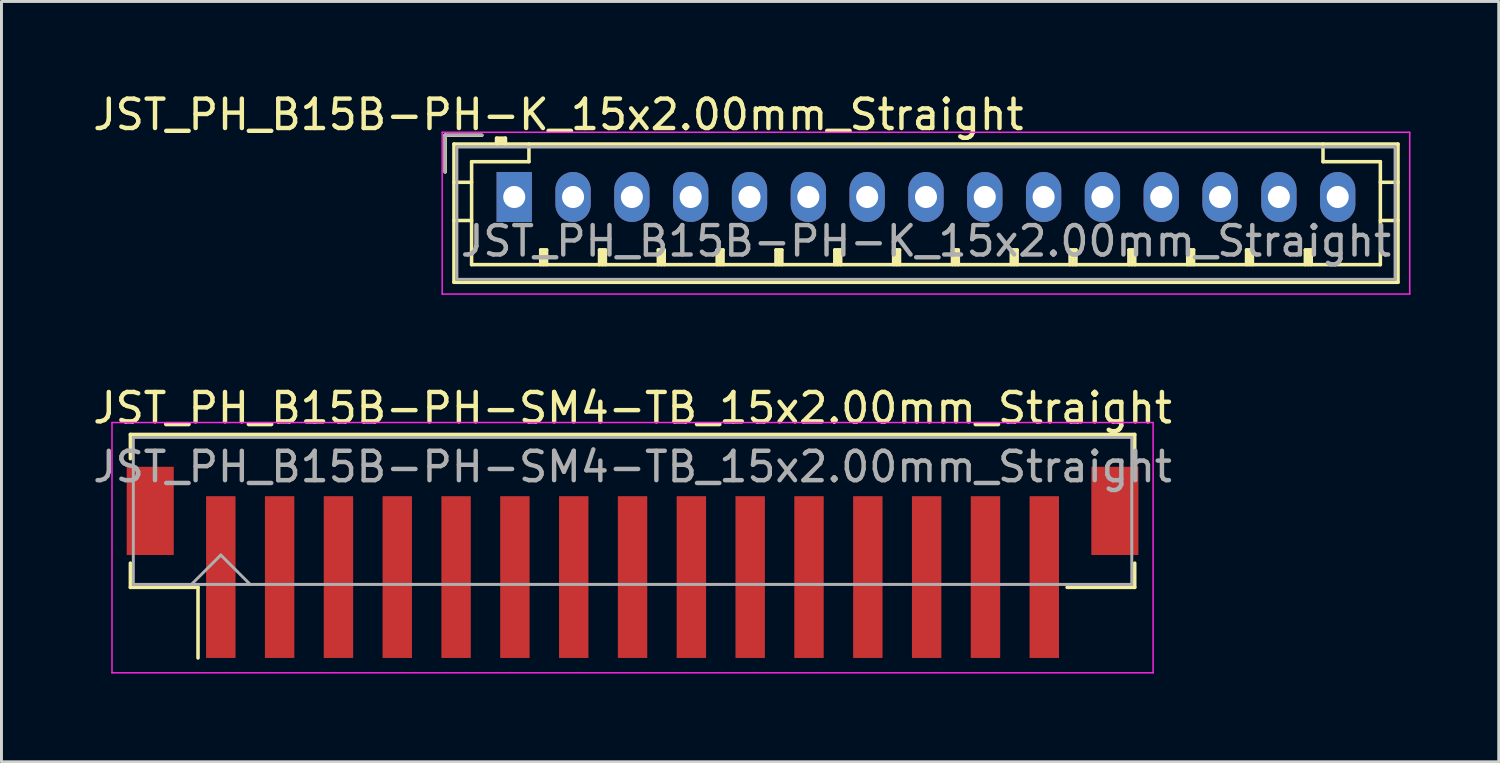
<source format=kicad_pcb>
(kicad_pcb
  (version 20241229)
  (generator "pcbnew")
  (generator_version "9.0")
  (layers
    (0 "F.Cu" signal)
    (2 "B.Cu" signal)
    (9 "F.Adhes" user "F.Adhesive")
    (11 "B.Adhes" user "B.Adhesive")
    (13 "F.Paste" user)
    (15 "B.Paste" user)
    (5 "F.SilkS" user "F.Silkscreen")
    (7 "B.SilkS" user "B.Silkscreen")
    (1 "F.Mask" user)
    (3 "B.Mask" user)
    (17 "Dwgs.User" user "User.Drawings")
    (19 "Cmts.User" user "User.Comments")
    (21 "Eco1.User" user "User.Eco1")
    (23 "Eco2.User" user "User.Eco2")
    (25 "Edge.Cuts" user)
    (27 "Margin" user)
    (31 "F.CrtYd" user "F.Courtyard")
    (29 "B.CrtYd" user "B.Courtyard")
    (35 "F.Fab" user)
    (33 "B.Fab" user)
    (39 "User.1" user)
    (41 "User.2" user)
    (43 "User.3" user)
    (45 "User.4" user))
  (footprint "JST_PH_B15B-PH-SM4-TB_15x2.00mm_Straight"
    (layer "F.Cu")
    (at 18.458 15.447)
    (property "Reference" "JST_PH_B15B-PH-SM4-TB_15x2.00mm_Straight" (at 0 -4.625 0) (layer "F.SilkS") (effects (font (size 1 1) (thickness 0.15))))
    (attr smd)
    (fp_line (start -17.075 -3.725) (end 17.075 -3.725) (stroke (width 0.12) (type solid)) (layer "F.SilkS"))
    (fp_line (start -17.075 -2.9) (end -17.075 -3.725) (stroke (width 0.12) (type solid)) (layer "F.SilkS"))
    (fp_line (start -17.075 0.65) (end -17.075 1.475) (stroke (width 0.12) (type solid)) (layer "F.SilkS"))
    (fp_line (start -17.075 1.475) (end -14.775 1.475) (stroke (width 0.12) (type solid)) (layer "F.SilkS"))
    (fp_line (start -14.775 1.475) (end -14.775 3.875) (stroke (width 0.12) (type solid)) (layer "F.SilkS"))
    (fp_line (start 17.075 -3.725) (end 17.075 -2.9) (stroke (width 0.12) (type solid)) (layer "F.SilkS"))
    (fp_line (start 17.075 0.65) (end 17.075 1.475) (stroke (width 0.12) (type solid)) (layer "F.SilkS"))
    (fp_line (start 17.075 1.475) (end 14.775 1.475) (stroke (width 0.12) (type solid)) (layer "F.SilkS"))
    (fp_line (start -17.7 -4.13) (end -17.7 4.38) (stroke (width 0.05) (type solid)) (layer "F.CrtYd"))
    (fp_line (start -17.7 4.38) (end 17.7 4.38) (stroke (width 0.05) (type solid)) (layer "F.CrtYd"))
    (fp_line (start 17.7 -4.13) (end -17.7 -4.13) (stroke (width 0.05) (type solid)) (layer "F.CrtYd"))
    (fp_line (start 17.7 4.38) (end 17.7 -4.13) (stroke (width 0.05) (type solid)) (layer "F.CrtYd"))
    (fp_line (start -16.975 -3.625) (end -16.975 1.375) (stroke (width 0.1) (type solid)) (layer "F.Fab"))
    (fp_line (start -16.975 1.375) (end 16.975 1.375) (stroke (width 0.1) (type solid)) (layer "F.Fab"))
    (fp_line (start -15 1.375) (end -14 0.375) (stroke (width 0.1) (type solid)) (layer "F.Fab"))
    (fp_line (start -14 0.375) (end -13 1.375) (stroke (width 0.1) (type solid)) (layer "F.Fab"))
    (fp_line (start 16.975 -3.625) (end -16.975 -3.625) (stroke (width 0.1) (type solid)) (layer "F.Fab"))
    (fp_line (start 16.975 1.375) (end 16.975 -3.625) (stroke (width 0.1) (type solid)) (layer "F.Fab"))
    (fp_text user "${REFERENCE}" (at 0 -2.625 0) (layer "F.Fab") (effects (font (size 1 1) (thickness 0.15))))
    (pad "" smd rect (at -16.4 -1.125) (size 1.6 3) (layers "F.Cu" "F.Mask" "F.Paste"))
    (pad "" smd rect (at 16.4 -1.125) (size 1.6 3) (layers "F.Cu" "F.Mask" "F.Paste"))
    (pad "1" smd rect (at -14 1.125) (size 1 5.5) (layers "F.Cu" "F.Mask" "F.Paste"))
    (pad "2" smd rect (at -12 1.125) (size 1 5.5) (layers "F.Cu" "F.Mask" "F.Paste"))
    (pad "3" smd rect (at -10 1.125) (size 1 5.5) (layers "F.Cu" "F.Mask" "F.Paste"))
    (pad "4" smd rect (at -8 1.125) (size 1 5.5) (layers "F.Cu" "F.Mask" "F.Paste"))
    (pad "5" smd rect (at -6 1.125) (size 1 5.5) (layers "F.Cu" "F.Mask" "F.Paste"))
    (pad "6" smd rect (at -4 1.125) (size 1 5.5) (layers "F.Cu" "F.Mask" "F.Paste"))
    (pad "7" smd rect (at -2 1.125) (size 1 5.5) (layers "F.Cu" "F.Mask" "F.Paste"))
    (pad "8" smd rect (at 0 1.125) (size 1 5.5) (layers "F.Cu" "F.Mask" "F.Paste"))
    (pad "9" smd rect (at 2 1.125) (size 1 5.5) (layers "F.Cu" "F.Mask" "F.Paste"))
    (pad "10" smd rect (at 4 1.125) (size 1 5.5) (layers "F.Cu" "F.Mask" "F.Paste"))
    (pad "11" smd rect (at 6 1.125) (size 1 5.5) (layers "F.Cu" "F.Mask" "F.Paste"))
    (pad "12" smd rect (at 8 1.125) (size 1 5.5) (layers "F.Cu" "F.Mask" "F.Paste"))
    (pad "13" smd rect (at 10 1.125) (size 1 5.5) (layers "F.Cu" "F.Mask" "F.Paste"))
    (pad "14" smd rect (at 12 1.125) (size 1 5.5) (layers "F.Cu" "F.Mask" "F.Paste"))
    (pad "15" smd rect (at 14 1.125) (size 1 5.5) (layers "F.Cu" "F.Mask" "F.Paste")))
  (footprint "JST_PH_B15B-PH-K_15x2.00mm_Straight"
    (layer "F.Cu")
    (at 14.435 3.648)
    (property "Reference" "JST_PH_B15B-PH-K_15x2.00mm_Straight" (at 1.5 -2.8 0) (layer "F.SilkS") (effects (font (size 1 1) (thickness 0.15))))
    (attr through_hole)
    (fp_line (start -2.35 -2.1) (end -2.35 -0.85) (stroke (width 0.12) (type solid)) (layer "F.SilkS"))
    (fp_line (start -2.05 -1.8) (end -2.05 2.9) (stroke (width 0.12) (type solid)) (layer "F.SilkS"))
    (fp_line (start -2.05 -0.5) (end -1.45 -0.5) (stroke (width 0.12) (type solid)) (layer "F.SilkS"))
    (fp_line (start -2.05 0.8) (end -1.45 0.8) (stroke (width 0.12) (type solid)) (layer "F.SilkS"))
    (fp_line (start -2.05 2.9) (end 30.05 2.9) (stroke (width 0.12) (type solid)) (layer "F.SilkS"))
    (fp_line (start -1.45 -1.2) (end -1.45 2.3) (stroke (width 0.12) (type solid)) (layer "F.SilkS"))
    (fp_line (start -1.45 2.3) (end 29.45 2.3) (stroke (width 0.12) (type solid)) (layer "F.SilkS"))
    (fp_line (start -1.1 -2.1) (end -2.35 -2.1) (stroke (width 0.12) (type solid)) (layer "F.SilkS"))
    (fp_line (start -0.6 -2) (end -0.6 -1.8) (stroke (width 0.12) (type solid)) (layer "F.SilkS"))
    (fp_line (start -0.3 -2) (end -0.6 -2) (stroke (width 0.12) (type solid)) (layer "F.SilkS"))
    (fp_line (start -0.3 -1.9) (end -0.6 -1.9) (stroke (width 0.12) (type solid)) (layer "F.SilkS"))
    (fp_line (start -0.3 -1.8) (end -0.3 -2) (stroke (width 0.12) (type solid)) (layer "F.SilkS"))
    (fp_line (start 0.5 -1.8) (end 0.5 -1.2) (stroke (width 0.12) (type solid)) (layer "F.SilkS"))
    (fp_line (start 0.5 -1.2) (end -1.45 -1.2) (stroke (width 0.12) (type solid)) (layer "F.SilkS"))
    (fp_line (start 0.9 1.8) (end 1.1 1.8) (stroke (width 0.12) (type solid)) (layer "F.SilkS"))
    (fp_line (start 0.9 2.3) (end 0.9 1.8) (stroke (width 0.12) (type solid)) (layer "F.SilkS"))
    (fp_line (start 1 2.3) (end 1 1.8) (stroke (width 0.12) (type solid)) (layer "F.SilkS"))
    (fp_line (start 1.1 1.8) (end 1.1 2.3) (stroke (width 0.12) (type solid)) (layer "F.SilkS"))
    (fp_line (start 2.9 1.8) (end 3.1 1.8) (stroke (width 0.12) (type solid)) (layer "F.SilkS"))
    (fp_line (start 2.9 2.3) (end 2.9 1.8) (stroke (width 0.12) (type solid)) (layer "F.SilkS"))
    (fp_line (start 3 2.3) (end 3 1.8) (stroke (width 0.12) (type solid)) (layer "F.SilkS"))
    (fp_line (start 3.1 1.8) (end 3.1 2.3) (stroke (width 0.12) (type solid)) (layer "F.SilkS"))
    (fp_line (start 4.9 1.8) (end 5.1 1.8) (stroke (width 0.12) (type solid)) (layer "F.SilkS"))
    (fp_line (start 4.9 2.3) (end 4.9 1.8) (stroke (width 0.12) (type solid)) (layer "F.SilkS"))
    (fp_line (start 5 2.3) (end 5 1.8) (stroke (width 0.12) (type solid)) (layer "F.SilkS"))
    (fp_line (start 5.1 1.8) (end 5.1 2.3) (stroke (width 0.12) (type solid)) (layer "F.SilkS"))
    (fp_line (start 6.9 1.8) (end 7.1 1.8) (stroke (width 0.12) (type solid)) (layer "F.SilkS"))
    (fp_line (start 6.9 2.3) (end 6.9 1.8) (stroke (width 0.12) (type solid)) (layer "F.SilkS"))
    (fp_line (start 7 2.3) (end 7 1.8) (stroke (width 0.12) (type solid)) (layer "F.SilkS"))
    (fp_line (start 7.1 1.8) (end 7.1 2.3) (stroke (width 0.12) (type solid)) (layer "F.SilkS"))
    (fp_line (start 8.9 1.8) (end 9.1 1.8) (stroke (width 0.12) (type solid)) (layer "F.SilkS"))
    (fp_line (start 8.9 2.3) (end 8.9 1.8) (stroke (width 0.12) (type solid)) (layer "F.SilkS"))
    (fp_line (start 9 2.3) (end 9 1.8) (stroke (width 0.12) (type solid)) (layer "F.SilkS"))
    (fp_line (start 9.1 1.8) (end 9.1 2.3) (stroke (width 0.12) (type solid)) (layer "F.SilkS"))
    (fp_line (start 10.9 1.8) (end 11.1 1.8) (stroke (width 0.12) (type solid)) (layer "F.SilkS"))
    (fp_line (start 10.9 2.3) (end 10.9 1.8) (stroke (width 0.12) (type solid)) (layer "F.SilkS"))
    (fp_line (start 11 2.3) (end 11 1.8) (stroke (width 0.12) (type solid)) (layer "F.SilkS"))
    (fp_line (start 11.1 1.8) (end 11.1 2.3) (stroke (width 0.12) (type solid)) (layer "F.SilkS"))
    (fp_line (start 12.9 1.8) (end 13.1 1.8) (stroke (width 0.12) (type solid)) (layer "F.SilkS"))
    (fp_line (start 12.9 2.3) (end 12.9 1.8) (stroke (width 0.12) (type solid)) (layer "F.SilkS"))
    (fp_line (start 13 2.3) (end 13 1.8) (stroke (width 0.12) (type solid)) (layer "F.SilkS"))
    (fp_line (start 13.1 1.8) (end 13.1 2.3) (stroke (width 0.12) (type solid)) (layer "F.SilkS"))
    (fp_line (start 14.9 1.8) (end 15.1 1.8) (stroke (width 0.12) (type solid)) (layer "F.SilkS"))
    (fp_line (start 14.9 2.3) (end 14.9 1.8) (stroke (width 0.12) (type solid)) (layer "F.SilkS"))
    (fp_line (start 15 2.3) (end 15 1.8) (stroke (width 0.12) (type solid)) (layer "F.SilkS"))
    (fp_line (start 15.1 1.8) (end 15.1 2.3) (stroke (width 0.12) (type solid)) (layer "F.SilkS"))
    (fp_line (start 16.9 1.8) (end 17.1 1.8) (stroke (width 0.12) (type solid)) (layer "F.SilkS"))
    (fp_line (start 16.9 2.3) (end 16.9 1.8) (stroke (width 0.12) (type solid)) (layer "F.SilkS"))
    (fp_line (start 17 2.3) (end 17 1.8) (stroke (width 0.12) (type solid)) (layer "F.SilkS"))
    (fp_line (start 17.1 1.8) (end 17.1 2.3) (stroke (width 0.12) (type solid)) (layer "F.SilkS"))
    (fp_line (start 18.9 1.8) (end 19.1 1.8) (stroke (width 0.12) (type solid)) (layer "F.SilkS"))
    (fp_line (start 18.9 2.3) (end 18.9 1.8) (stroke (width 0.12) (type solid)) (layer "F.SilkS"))
    (fp_line (start 19 2.3) (end 19 1.8) (stroke (width 0.12) (type solid)) (layer "F.SilkS"))
    (fp_line (start 19.1 1.8) (end 19.1 2.3) (stroke (width 0.12) (type solid)) (layer "F.SilkS"))
    (fp_line (start 20.9 1.8) (end 21.1 1.8) (stroke (width 0.12) (type solid)) (layer "F.SilkS"))
    (fp_line (start 20.9 2.3) (end 20.9 1.8) (stroke (width 0.12) (type solid)) (layer "F.SilkS"))
    (fp_line (start 21 2.3) (end 21 1.8) (stroke (width 0.12) (type solid)) (layer "F.SilkS"))
    (fp_line (start 21.1 1.8) (end 21.1 2.3) (stroke (width 0.12) (type solid)) (layer "F.SilkS"))
    (fp_line (start 22.9 1.8) (end 23.1 1.8) (stroke (width 0.12) (type solid)) (layer "F.SilkS"))
    (fp_line (start 22.9 2.3) (end 22.9 1.8) (stroke (width 0.12) (type solid)) (layer "F.SilkS"))
    (fp_line (start 23 2.3) (end 23 1.8) (stroke (width 0.12) (type solid)) (layer "F.SilkS"))
    (fp_line (start 23.1 1.8) (end 23.1 2.3) (stroke (width 0.12) (type solid)) (layer "F.SilkS"))
    (fp_line (start 24.9 1.8) (end 25.1 1.8) (stroke (width 0.12) (type solid)) (layer "F.SilkS"))
    (fp_line (start 24.9 2.3) (end 24.9 1.8) (stroke (width 0.12) (type solid)) (layer "F.SilkS"))
    (fp_line (start 25 2.3) (end 25 1.8) (stroke (width 0.12) (type solid)) (layer "F.SilkS"))
    (fp_line (start 25.1 1.8) (end 25.1 2.3) (stroke (width 0.12) (type solid)) (layer "F.SilkS"))
    (fp_line (start 26.9 1.8) (end 27.1 1.8) (stroke (width 0.12) (type solid)) (layer "F.SilkS"))
    (fp_line (start 26.9 2.3) (end 26.9 1.8) (stroke (width 0.12) (type solid)) (layer "F.SilkS"))
    (fp_line (start 27 2.3) (end 27 1.8) (stroke (width 0.12) (type solid)) (layer "F.SilkS"))
    (fp_line (start 27.1 1.8) (end 27.1 2.3) (stroke (width 0.12) (type solid)) (layer "F.SilkS"))
    (fp_line (start 27.5 -1.2) (end 27.5 -1.8) (stroke (width 0.12) (type solid)) (layer "F.SilkS"))
    (fp_line (start 29.45 -1.2) (end 27.5 -1.2) (stroke (width 0.12) (type solid)) (layer "F.SilkS"))
    (fp_line (start 29.45 2.3) (end 29.45 -1.2) (stroke (width 0.12) (type solid)) (layer "F.SilkS"))
    (fp_line (start 30.05 -1.8) (end -2.05 -1.8) (stroke (width 0.12) (type solid)) (layer "F.SilkS"))
    (fp_line (start 30.05 -0.5) (end 29.45 -0.5) (stroke (width 0.12) (type solid)) (layer "F.SilkS"))
    (fp_line (start 30.05 0.8) (end 29.45 0.8) (stroke (width 0.12) (type solid)) (layer "F.SilkS"))
    (fp_line (start 30.05 2.9) (end 30.05 -1.8) (stroke (width 0.12) (type solid)) (layer "F.SilkS"))
    (fp_line (start -2.45 -2.2) (end -2.45 3.3) (stroke (width 0.05) (type solid)) (layer "F.CrtYd"))
    (fp_line (start -2.45 3.3) (end 30.45 3.3) (stroke (width 0.05) (type solid)) (layer "F.CrtYd"))
    (fp_line (start 30.45 -2.2) (end -2.45 -2.2) (stroke (width 0.05) (type solid)) (layer "F.CrtYd"))
    (fp_line (start 30.45 3.3) (end 30.45 -2.2) (stroke (width 0.05) (type solid)) (layer "F.CrtYd"))
    (fp_line (start -2.35 -2.1) (end -2.35 -0.85) (stroke (width 0.1) (type solid)) (layer "F.Fab"))
    (fp_line (start -1.95 -1.7) (end -1.95 2.8) (stroke (width 0.1) (type solid)) (layer "F.Fab"))
    (fp_line (start -1.95 2.8) (end 29.95 2.8) (stroke (width 0.1) (type solid)) (layer "F.Fab"))
    (fp_line (start -1.1 -2.1) (end -2.35 -2.1) (stroke (width 0.1) (type solid)) (layer "F.Fab"))
    (fp_line (start 29.95 -1.7) (end -1.95 -1.7) (stroke (width 0.1) (type solid)) (layer "F.Fab"))
    (fp_line (start 29.95 2.8) (end 29.95 -1.7) (stroke (width 0.1) (type solid)) (layer "F.Fab"))
    (fp_text user "${REFERENCE}" (at 14 1.5 0) (layer "F.Fab") (effects (font (size 1 1) (thickness 0.15))))
    (pad "1" thru_hole rect (at 0 0) (size 1.2 1.7) (drill 0.75) (layers "*.Cu" "*.Mask"))
    (pad "2" thru_hole oval (at 2 0) (size 1.2 1.7) (drill 0.75) (layers "*.Cu" "*.Mask"))
    (pad "3" thru_hole oval (at 4 0) (size 1.2 1.7) (drill 0.75) (layers "*.Cu" "*.Mask"))
    (pad "4" thru_hole oval (at 6 0) (size 1.2 1.7) (drill 0.75) (layers "*.Cu" "*.Mask"))
    (pad "5" thru_hole oval (at 8 0) (size 1.2 1.7) (drill 0.75) (layers "*.Cu" "*.Mask"))
    (pad "6" thru_hole oval (at 10 0) (size 1.2 1.7) (drill 0.75) (layers "*.Cu" "*.Mask"))
    (pad "7" thru_hole oval (at 12 0) (size 1.2 1.7) (drill 0.75) (layers "*.Cu" "*.Mask"))
    (pad "8" thru_hole oval (at 14 0) (size 1.2 1.7) (drill 0.75) (layers "*.Cu" "*.Mask"))
    (pad "9" thru_hole oval (at 16 0) (size 1.2 1.7) (drill 0.75) (layers "*.Cu" "*.Mask"))
    (pad "10" thru_hole oval (at 18 0) (size 1.2 1.7) (drill 0.75) (layers "*.Cu" "*.Mask"))
    (pad "11" thru_hole oval (at 20 0) (size 1.2 1.7) (drill 0.75) (layers "*.Cu" "*.Mask"))
    (pad "12" thru_hole oval (at 22 0) (size 1.2 1.7) (drill 0.75) (layers "*.Cu" "*.Mask"))
    (pad "13" thru_hole oval (at 24 0) (size 1.2 1.7) (drill 0.75) (layers "*.Cu" "*.Mask"))
    (pad "14" thru_hole oval (at 26 0) (size 1.2 1.7) (drill 0.75) (layers "*.Cu" "*.Mask"))
    (pad "15" thru_hole oval (at 28 0) (size 1.2 1.7) (drill 0.75) (layers "*.Cu" "*.Mask")))
  (gr_rect
    (start -3 -3)
    (end 47.91 22.852)
    (stroke (width 0.1) (type default))
    (fill no)
    (layer "Edge.Cuts")))
</source>
